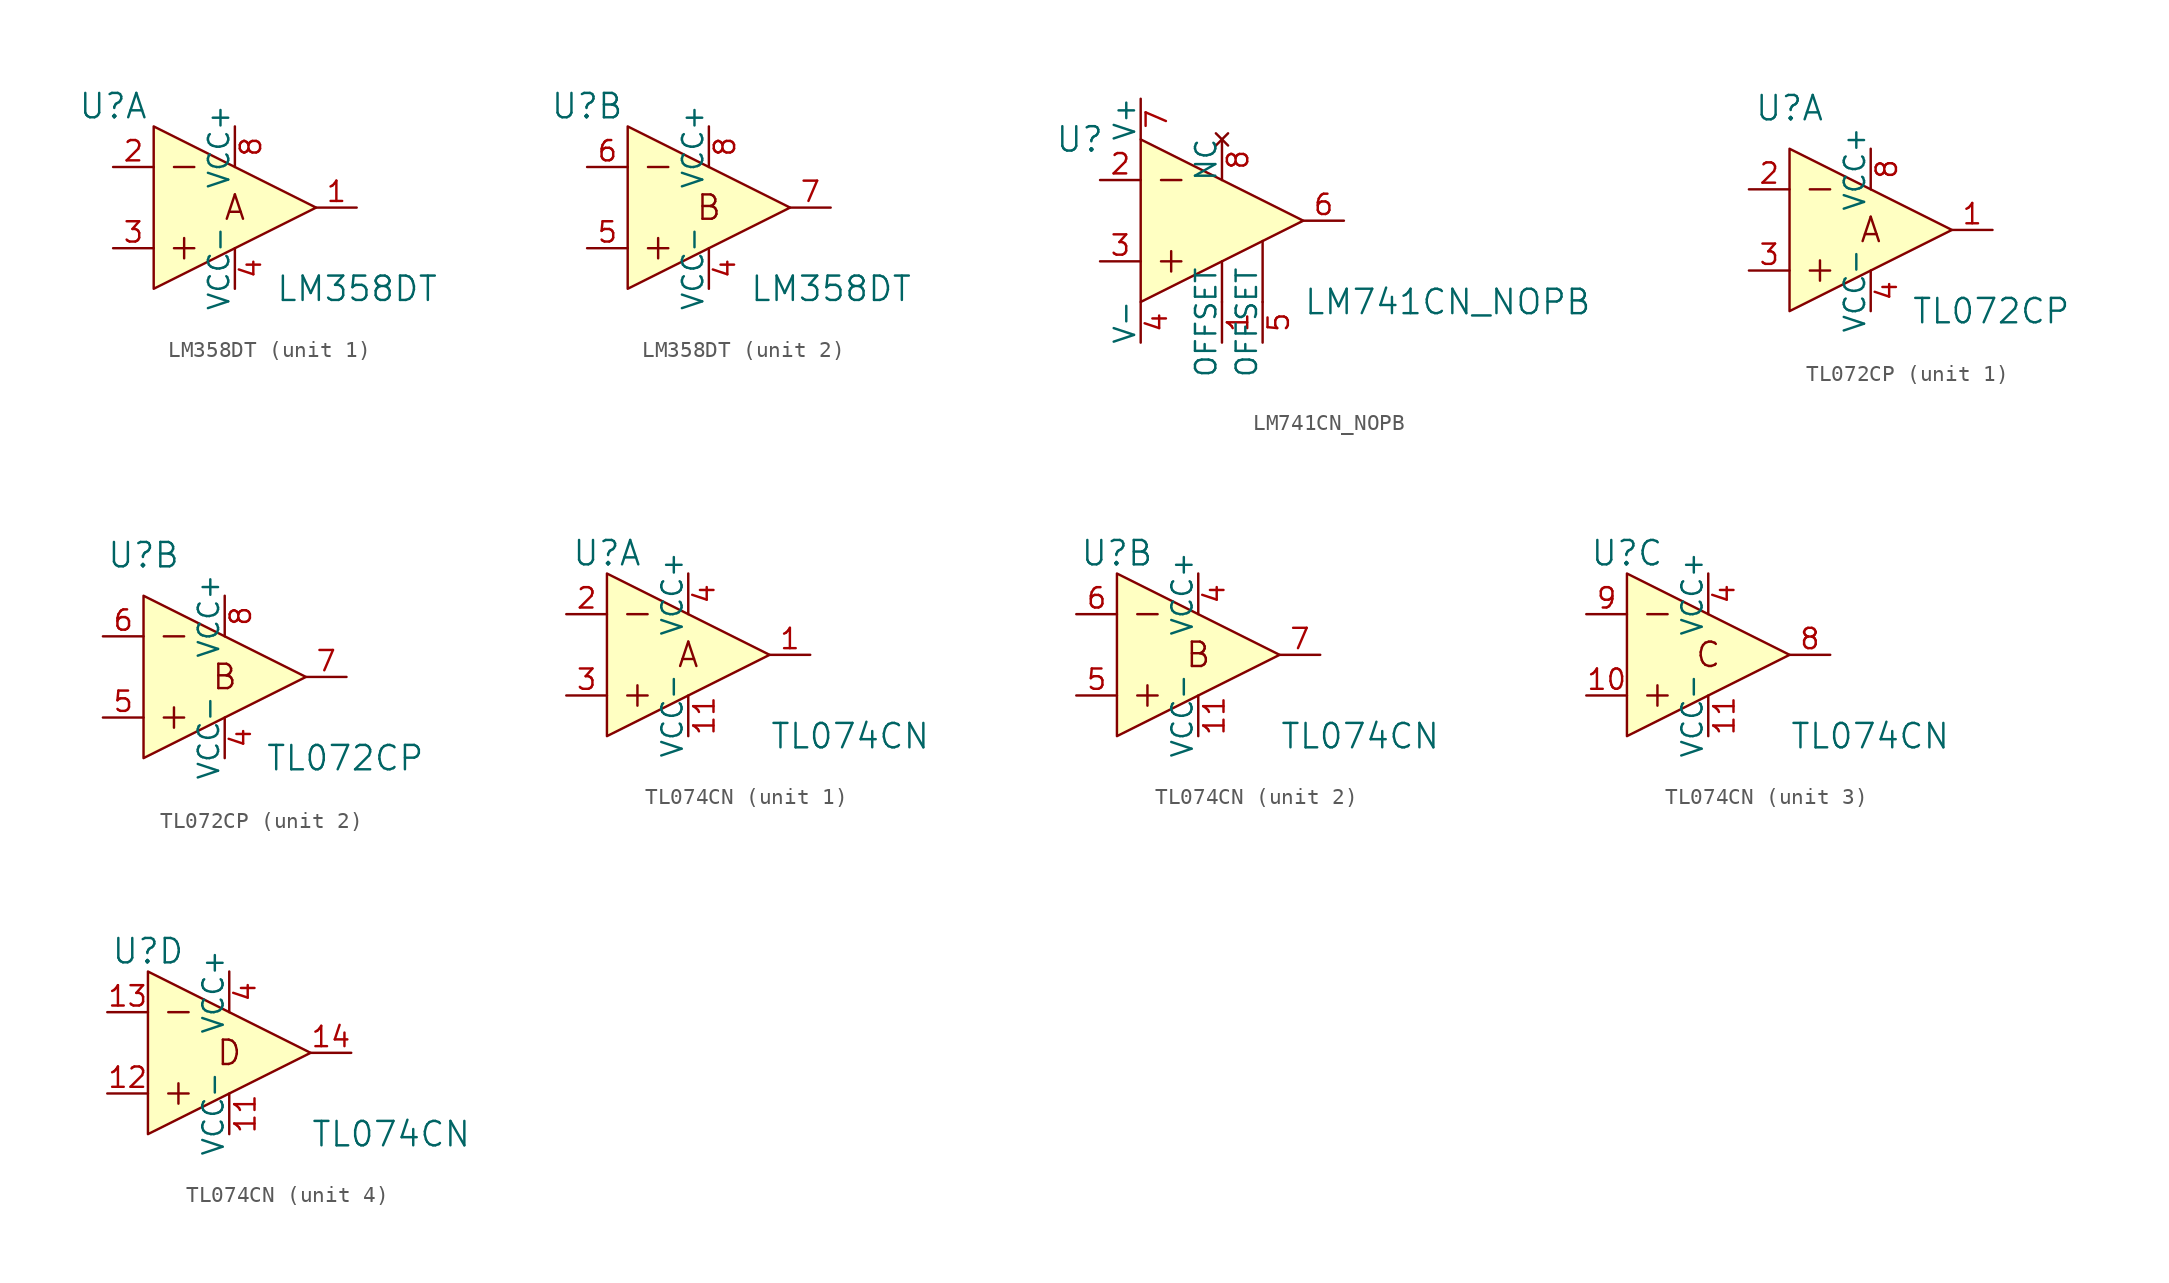
<source format=kicad_sym>
(kicad_symbol_lib
  (version 20220914)
  (generator kicad_symbol_editor)
  (symbol "LM358DT"
    (pin_names
      (offset 0))
    (property "Reference" "U"
      (at -7.62 6.35 0)
      (effects (font (size 1.524 1.524))))
    (property "Value" "LM358DT"
      (at 2.54 -5.08 0)
      (effects (font (size 1.524 1.524)) (justify left)))
    (property "ki_locked" ""
      (at 0 0 0)
      (effects (font (size 1.27 1.27))))
    (symbol "LM358DT_0_1"
      (polyline (pts (xy -3.81 -2.54) (xy -2.54 -2.54)) (stroke (width 0) (type solid)) (fill (type none)))
      (polyline (pts (xy -3.81 2.54) (xy -2.54 2.54)) (stroke (width 0) (type solid)) (fill (type none)))
      (polyline (pts (xy -3.175 -1.905) (xy -3.175 -3.175)) (stroke (width 0) (type solid)) (fill (type none)))
      (polyline (pts (xy -5.08 5.08) (xy -5.08 -5.08) (xy 5.08 0) (xy -5.08 5.08)) (stroke (width 0) (type solid)) (fill (type background))))
    (symbol "LM358DT_1_0"
      (text "A" (at 0 0 0) (effects (font (size 1.524 1.524)))))
    (symbol "LM358DT_1_1"
      (pin output line (at 7.62 0 180) (length 2.54) (name "~" (effects (font (size 1.27 1.27)))) (number "1" (effects (font (size 1.27 1.27)))))
      (pin input line (at -7.62 2.54 0) (length 2.54) (name "~" (effects (font (size 1.27 1.27)))) (number "2" (effects (font (size 1.27 1.27)))))
      (pin input line (at -7.62 -2.54 0) (length 2.54) (name "~" (effects (font (size 1.27 1.27)))) (number "3" (effects (font (size 1.27 1.27)))))
      (pin power_in line (at 0 -5.08 90) (length 2.54) (name "VCC-" (effects (font (size 1.27 1.27)))) (number "4" (effects (font (size 1.27 1.27)))))
      (pin power_in line (at 0 5.08 270) (length 2.54) (name "VCC+" (effects (font (size 1.27 1.27)))) (number "8" (effects (font (size 1.27 1.27))))))
    (symbol "LM358DT_2_0"
      (text "B" (at 0 0 0) (effects (font (size 1.524 1.524)))))
    (symbol "LM358DT_2_1"
      (pin power_in line (at 0 -5.08 90) (length 2.54) (name "VCC-" (effects (font (size 1.27 1.27)))) (number "4" (effects (font (size 1.27 1.27)))))
      (pin input line (at -7.62 -2.54 0) (length 2.54) (name "~" (effects (font (size 1.27 1.27)))) (number "5" (effects (font (size 1.27 1.27)))))
      (pin input line (at -7.62 2.54 0) (length 2.54) (name "~" (effects (font (size 1.27 1.27)))) (number "6" (effects (font (size 1.27 1.27)))))
      (pin output line (at 7.62 0 180) (length 2.54) (name "~" (effects (font (size 1.27 1.27)))) (number "7" (effects (font (size 1.27 1.27)))))
      (pin power_in line (at 0 5.08 270) (length 2.54) (name "VCC+" (effects (font (size 1.27 1.27)))) (number "8" (effects (font (size 1.27 1.27)))))))
  (symbol "LM741CN_NOPB"
    (pin_names
      (offset 0))
    (property "Reference" "U"
      (at -8.89 5.08 0)
      (effects (font (size 1.524 1.524))))
    (property "Value" "LM741CN_NOPB"
      (at 5.08 -5.08 0)
      (effects (font (size 1.524 1.524)) (justify left)))
    (symbol "LM741CN_NOPB_1_0"
      (polyline (pts (xy -3.81 -2.54) (xy -2.54 -2.54)) (stroke (width 0) (type solid)) (fill (type none)))
      (polyline (pts (xy -3.81 2.54) (xy -2.54 2.54)) (stroke (width 0) (type solid)) (fill (type none)))
      (polyline (pts (xy -3.175 -1.905) (xy -3.175 -3.175)) (stroke (width 0) (type solid)) (fill (type none)))
      (polyline (pts (xy 0 -2.54) (xy 0 -5.08)) (stroke (width 0) (type solid)) (fill (type none)))
      (polyline (pts (xy 2.54 -1.27) (xy 2.54 -5.08)) (stroke (width 0) (type solid)) (fill (type none)))
      (polyline (pts (xy -5.08 5.08) (xy -5.08 -5.08) (xy 5.08 0) (xy -5.08 5.08)) (stroke (width 0) (type solid)) (fill (type background))))
    (symbol "LM741CN_NOPB_1_1"
      (pin input line (at 0 -7.62 90) (length 2.54) (name "OFFSET" (effects (font (size 1.27 1.27)))) (number "1" (effects (font (size 1.27 1.27)))))
      (pin input line (at -7.62 2.54 0) (length 2.54) (name "~" (effects (font (size 1.27 1.27)))) (number "2" (effects (font (size 1.27 1.27)))))
      (pin input line (at -7.62 -2.54 0) (length 2.54) (name "~" (effects (font (size 1.27 1.27)))) (number "3" (effects (font (size 1.27 1.27)))))
      (pin power_in line (at -5.08 -7.62 90) (length 2.54) (name "V-" (effects (font (size 1.27 1.27)))) (number "4" (effects (font (size 1.27 1.27)))))
      (pin input line (at 2.54 -7.62 90) (length 2.54) (name "OFFSET" (effects (font (size 1.27 1.27)))) (number "5" (effects (font (size 1.27 1.27)))))
      (pin output line (at 7.62 0 180) (length 2.54) (name "~" (effects (font (size 1.27 1.27)))) (number "6" (effects (font (size 1.27 1.27)))))
      (pin power_in line (at -5.08 7.62 270) (length 2.54) (name "V+" (effects (font (size 1.27 1.27)))) (number "7" (effects (font (size 1.27 1.27)))))
      (pin no_connect line (at 0 5.08 270) (length 2.54) (name "NC" (effects (font (size 1.27 1.27)))) (number "8" (effects (font (size 1.27 1.27)))))))
  (symbol "TL072CP"
    (pin_names
      (offset 0))
    (property "Reference" "U"
      (at -5.08 7.62 0)
      (effects (font (size 1.524 1.524))))
    (property "Value" "TL072CP"
      (at 2.54 -5.08 0)
      (effects (font (size 1.524 1.524)) (justify left)))
    (property "ki_locked" ""
      (at 0 0 0)
      (effects (font (size 1.27 1.27))))
    (symbol "TL072CP_0_0"
      (polyline (pts (xy -3.81 -2.54) (xy -2.54 -2.54)) (stroke (width 0) (type solid)) (fill (type none)))
      (polyline (pts (xy -3.81 2.54) (xy -2.54 2.54)) (stroke (width 0) (type solid)) (fill (type none)))
      (polyline (pts (xy -3.175 -1.905) (xy -3.175 -3.175)) (stroke (width 0) (type solid)) (fill (type none)))
      (polyline (pts (xy -5.08 5.08) (xy -5.08 -5.08) (xy 5.08 0) (xy -5.08 5.08)) (stroke (width 0) (type solid)) (fill (type background))))
    (symbol "TL072CP_1_0"
      (text "A" (at 0 0 0) (effects (font (size 1.524 1.524)))))
    (symbol "TL072CP_1_1"
      (pin output line (at 7.62 0 180) (length 2.54) (name "~" (effects (font (size 1.27 1.27)))) (number "1" (effects (font (size 1.27 1.27)))))
      (pin input line (at -7.62 2.54 0) (length 2.54) (name "~" (effects (font (size 1.27 1.27)))) (number "2" (effects (font (size 1.27 1.27)))))
      (pin input line (at -7.62 -2.54 0) (length 2.54) (name "~" (effects (font (size 1.27 1.27)))) (number "3" (effects (font (size 1.27 1.27)))))
      (pin power_in line (at 0 -5.08 90) (length 2.54) (name "VCC-" (effects (font (size 1.27 1.27)))) (number "4" (effects (font (size 1.27 1.27)))))
      (pin power_in line (at 0 5.08 270) (length 2.54) (name "VCC+" (effects (font (size 1.27 1.27)))) (number "8" (effects (font (size 1.27 1.27))))))
    (symbol "TL072CP_2_0"
      (text "B" (at 0 0 0) (effects (font (size 1.524 1.524)))))
    (symbol "TL072CP_2_1"
      (pin power_in line (at 0 -5.08 90) (length 2.54) (name "VCC-" (effects (font (size 1.27 1.27)))) (number "4" (effects (font (size 1.27 1.27)))))
      (pin input line (at -7.62 -2.54 0) (length 2.54) (name "~" (effects (font (size 1.27 1.27)))) (number "5" (effects (font (size 1.27 1.27)))))
      (pin input line (at -7.62 2.54 0) (length 2.54) (name "~" (effects (font (size 1.27 1.27)))) (number "6" (effects (font (size 1.27 1.27)))))
      (pin output line (at 7.62 0 180) (length 2.54) (name "~" (effects (font (size 1.27 1.27)))) (number "7" (effects (font (size 1.27 1.27)))))
      (pin power_in line (at 0 5.08 270) (length 2.54) (name "VCC+" (effects (font (size 1.27 1.27)))) (number "8" (effects (font (size 1.27 1.27)))))))
  (symbol "TL074CN"
    (pin_names
      (offset 0))
    (property "Reference" "U"
      (at -5.08 6.35 0)
      (effects (font (size 1.524 1.524))))
    (property "Value" "TL074CN"
      (at 5.08 -5.08 0)
      (effects (font (size 1.524 1.524)) (justify left)))
    (property "ki_locked" ""
      (at 0 0 0)
      (effects (font (size 1.27 1.27))))
    (symbol "TL074CN_0_0"
      (polyline (pts (xy -3.81 -2.54) (xy -2.54 -2.54)) (stroke (width 0) (type solid)) (fill (type none)))
      (polyline (pts (xy -3.81 2.54) (xy -2.54 2.54)) (stroke (width 0) (type solid)) (fill (type none)))
      (polyline (pts (xy -3.175 -1.905) (xy -3.175 -3.175)) (stroke (width 0) (type solid)) (fill (type none)))
      (polyline (pts (xy -5.08 5.08) (xy -5.08 -5.08) (xy 5.08 0) (xy -5.08 5.08)) (stroke (width 0) (type solid)) (fill (type background))))
    (symbol "TL074CN_1_0"
      (text "A" (at 0 0 0) (effects (font (size 1.524 1.524)))))
    (symbol "TL074CN_1_1"
      (pin output line (at 7.62 0 180) (length 2.54) (name "~" (effects (font (size 1.27 1.27)))) (number "1" (effects (font (size 1.27 1.27)))))
      (pin power_in line (at 0 -5.08 90) (length 2.54) (name "VCC-" (effects (font (size 1.27 1.27)))) (number "11" (effects (font (size 1.27 1.27)))))
      (pin input line (at -7.62 2.54 0) (length 2.54) (name "~" (effects (font (size 1.27 1.27)))) (number "2" (effects (font (size 1.27 1.27)))))
      (pin input line (at -7.62 -2.54 0) (length 2.54) (name "~" (effects (font (size 1.27 1.27)))) (number "3" (effects (font (size 1.27 1.27)))))
      (pin power_in line (at 0 5.08 270) (length 2.54) (name "VCC+" (effects (font (size 1.27 1.27)))) (number "4" (effects (font (size 1.27 1.27))))))
    (symbol "TL074CN_2_0"
      (text "B" (at 0 0 0) (effects (font (size 1.524 1.524)))))
    (symbol "TL074CN_2_1"
      (pin power_in line (at 0 -5.08 90) (length 2.54) (name "VCC-" (effects (font (size 1.27 1.27)))) (number "11" (effects (font (size 1.27 1.27)))))
      (pin power_in line (at 0 5.08 270) (length 2.54) (name "VCC+" (effects (font (size 1.27 1.27)))) (number "4" (effects (font (size 1.27 1.27)))))
      (pin input line (at -7.62 -2.54 0) (length 2.54) (name "~" (effects (font (size 1.27 1.27)))) (number "5" (effects (font (size 1.27 1.27)))))
      (pin input line (at -7.62 2.54 0) (length 2.54) (name "~" (effects (font (size 1.27 1.27)))) (number "6" (effects (font (size 1.27 1.27)))))
      (pin output line (at 7.62 0 180) (length 2.54) (name "~" (effects (font (size 1.27 1.27)))) (number "7" (effects (font (size 1.27 1.27))))))
    (symbol "TL074CN_3_0"
      (text "C" (at 0 0 0) (effects (font (size 1.524 1.524)))))
    (symbol "TL074CN_3_1"
      (pin input line (at -7.62 -2.54 0) (length 2.54) (name "~" (effects (font (size 1.27 1.27)))) (number "10" (effects (font (size 1.27 1.27)))))
      (pin power_in line (at 0 -5.08 90) (length 2.54) (name "VCC-" (effects (font (size 1.27 1.27)))) (number "11" (effects (font (size 1.27 1.27)))))
      (pin power_in line (at 0 5.08 270) (length 2.54) (name "VCC+" (effects (font (size 1.27 1.27)))) (number "4" (effects (font (size 1.27 1.27)))))
      (pin output line (at 7.62 0 180) (length 2.54) (name "~" (effects (font (size 1.27 1.27)))) (number "8" (effects (font (size 1.27 1.27)))))
      (pin input line (at -7.62 2.54 0) (length 2.54) (name "~" (effects (font (size 1.27 1.27)))) (number "9" (effects (font (size 1.27 1.27))))))
    (symbol "TL074CN_4_0"
      (text "D" (at 0 0 0) (effects (font (size 1.524 1.524)))))
    (symbol "TL074CN_4_1"
      (pin power_in line (at 0 -5.08 90) (length 2.54) (name "VCC-" (effects (font (size 1.27 1.27)))) (number "11" (effects (font (size 1.27 1.27)))))
      (pin input line (at -7.62 -2.54 0) (length 2.54) (name "~" (effects (font (size 1.27 1.27)))) (number "12" (effects (font (size 1.27 1.27)))))
      (pin input line (at -7.62 2.54 0) (length 2.54) (name "~" (effects (font (size 1.27 1.27)))) (number "13" (effects (font (size 1.27 1.27)))))
      (pin output line (at 7.62 0 180) (length 2.54) (name "~" (effects (font (size 1.27 1.27)))) (number "14" (effects (font (size 1.27 1.27)))))
      (pin power_in line (at 0 5.08 270) (length 2.54) (name "VCC+" (effects (font (size 1.27 1.27)))) (number "4" (effects (font (size 1.27 1.27))))))))
</source>
